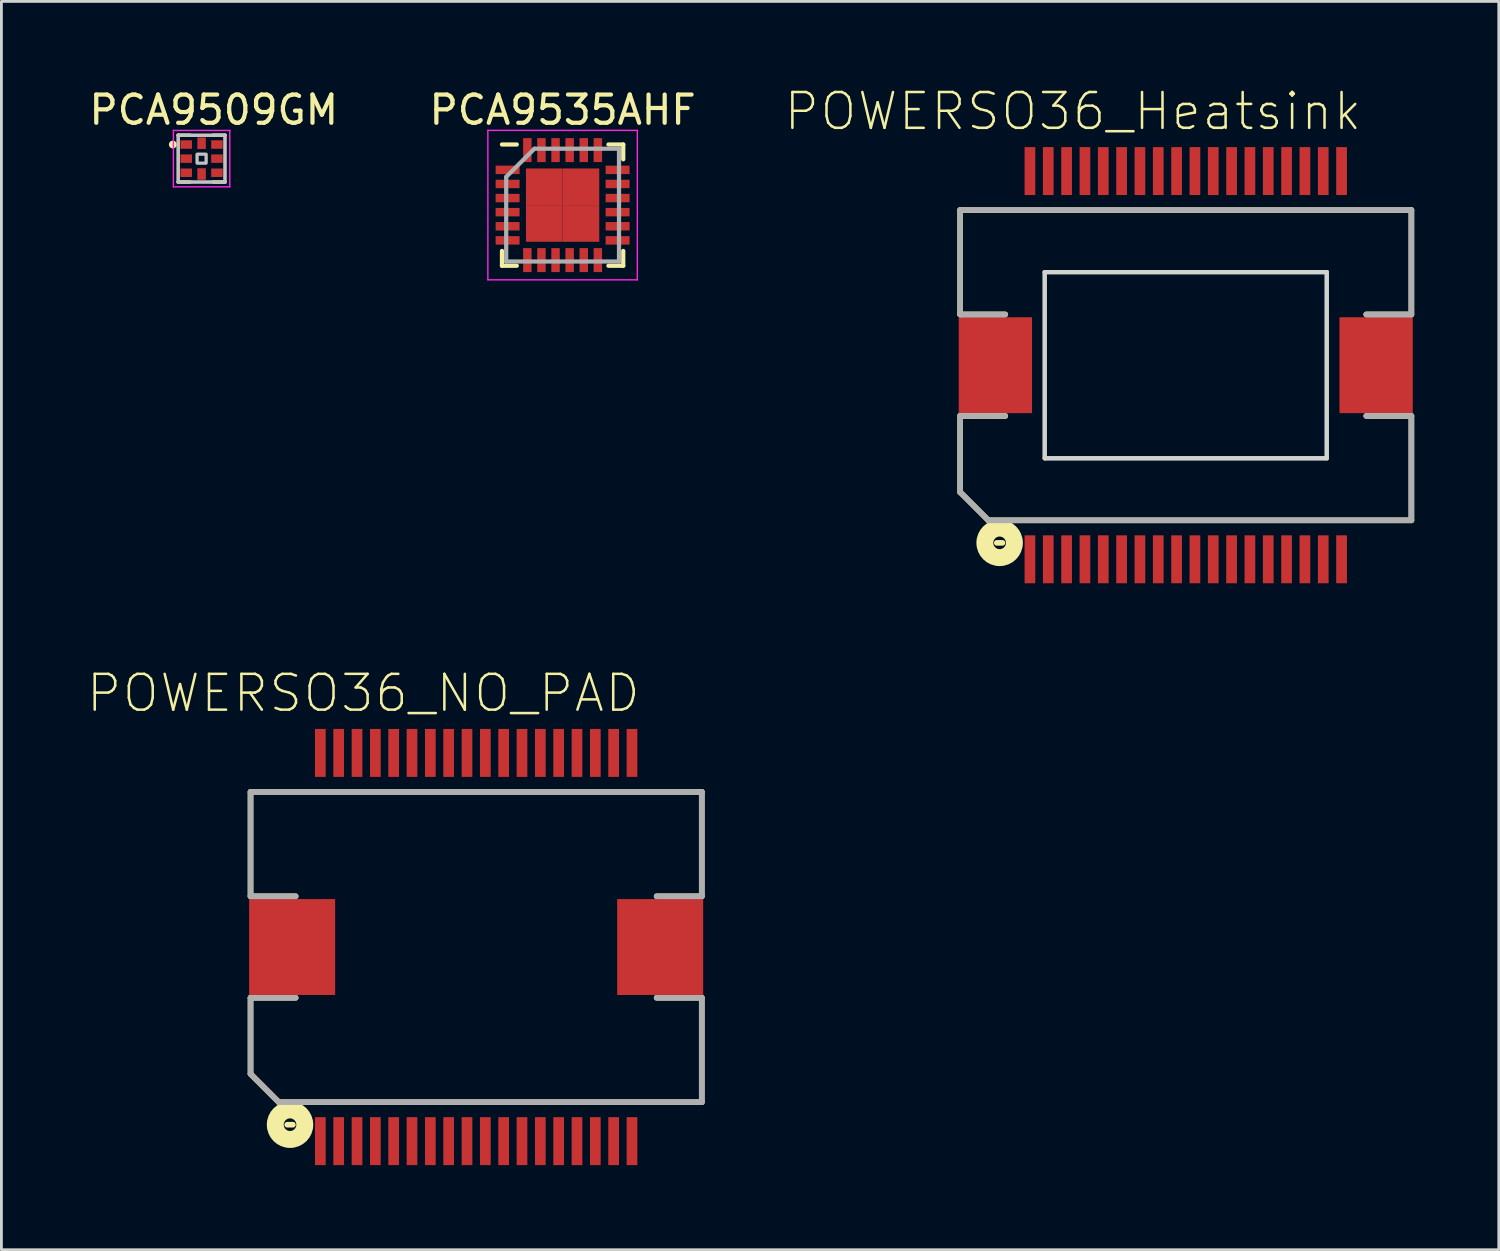
<source format=kicad_pcb>
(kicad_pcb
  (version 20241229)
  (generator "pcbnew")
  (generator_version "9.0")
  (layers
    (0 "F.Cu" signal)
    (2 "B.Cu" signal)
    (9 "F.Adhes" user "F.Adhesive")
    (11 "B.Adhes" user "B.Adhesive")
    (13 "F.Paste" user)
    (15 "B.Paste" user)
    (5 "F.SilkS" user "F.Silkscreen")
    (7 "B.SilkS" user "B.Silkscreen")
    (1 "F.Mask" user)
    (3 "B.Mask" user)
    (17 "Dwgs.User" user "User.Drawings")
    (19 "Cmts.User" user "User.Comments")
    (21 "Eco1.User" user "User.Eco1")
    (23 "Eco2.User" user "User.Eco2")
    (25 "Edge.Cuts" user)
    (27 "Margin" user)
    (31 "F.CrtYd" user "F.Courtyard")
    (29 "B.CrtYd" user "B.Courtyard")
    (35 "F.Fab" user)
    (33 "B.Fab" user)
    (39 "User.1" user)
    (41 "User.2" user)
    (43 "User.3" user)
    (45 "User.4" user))
  (footprint "POWERSO36_Heatsink"
    (layer "F.Cu")
    (at 38.995 9.899)
    (property "Reference" "POWERSO36_Heatsink" (at -4 -9 0) (layer "F.SilkS") (effects (font (size 1.27 1.27) (thickness 0.089))))
    (attr smd)
    (fp_line (start -8 -5.5) (end -8 -1.8) (stroke (width 0.2) (type solid)) (layer "F.SilkS"))
    (fp_line (start -8 -5.5) (end 8 -5.5) (stroke (width 0.2) (type solid)) (layer "F.SilkS"))
    (fp_line (start -8 -1.8) (end -6.4 -1.8) (stroke (width 0.2) (type solid)) (layer "F.SilkS"))
    (fp_line (start -8 1.8) (end -6.4 1.8) (stroke (width 0.2) (type solid)) (layer "F.SilkS"))
    (fp_line (start -8 4.5) (end -8 1.8) (stroke (width 0.2) (type solid)) (layer "F.SilkS"))
    (fp_line (start -8 4.5) (end -7 5.5) (stroke (width 0.2) (type solid)) (layer "F.SilkS"))
    (fp_line (start -7 5.5) (end 8 5.5) (stroke (width 0.2) (type solid)) (layer "F.SilkS"))
    (fp_line (start -6.7 6.3) (end -6.5 6.3) (stroke (width 0.2) (type solid)) (layer "F.SilkS"))
    (fp_line (start 6.4 -1.8) (end 8 -1.8) (stroke (width 0.2) (type solid)) (layer "F.SilkS"))
    (fp_line (start 6.4 1.8) (end 8 1.8) (stroke (width 0.2) (type solid)) (layer "F.SilkS"))
    (fp_line (start 8 -5.5) (end 8 -1.8) (stroke (width 0.2) (type solid)) (layer "F.SilkS"))
    (fp_line (start 8 5.5) (end 8 1.8) (stroke (width 0.2) (type solid)) (layer "F.SilkS"))
    (fp_circle (center -6.6 6.3) (end -6.5 6.5) (stroke (width 0.6) (type solid)) (fill no) (layer "F.SilkS"))
    (fp_line (start -5 3.3) (end -5 -3.3) (stroke (width 0.15) (type solid)) (layer "Edge.Cuts"))
    (fp_line (start 5 -3.3) (end -5 -3.3) (stroke (width 0.15) (type solid)) (layer "Edge.Cuts"))
    (fp_line (start 5 -3.3) (end 5 3.3) (stroke (width 0.15) (type solid)) (layer "Edge.Cuts"))
    (fp_line (start 5 3.3) (end -5 3.3) (stroke (width 0.15) (type solid)) (layer "Edge.Cuts"))
    (fp_line (start -8 -5.5) (end -8 -1.8) (stroke (width 0.2) (type solid)) (layer "F.Fab"))
    (fp_line (start -8 -5.5) (end 8 -5.5) (stroke (width 0.2) (type solid)) (layer "F.Fab"))
    (fp_line (start -8 -1.8) (end -6.4 -1.8) (stroke (width 0.2) (type solid)) (layer "F.Fab"))
    (fp_line (start -8 1.8) (end -6.4 1.8) (stroke (width 0.2) (type solid)) (layer "F.Fab"))
    (fp_line (start -8 4.5) (end -8 1.8) (stroke (width 0.2) (type solid)) (layer "F.Fab"))
    (fp_line (start -8 4.5) (end -7 5.5) (stroke (width 0.2) (type solid)) (layer "F.Fab"))
    (fp_line (start -7 5.5) (end 8 5.5) (stroke (width 0.2) (type solid)) (layer "F.Fab"))
    (fp_line (start -5 3.3) (end -5 -3.3) (stroke (width 0.15) (type solid)) (layer "F.Fab"))
    (fp_line (start 5 -3.3) (end -5 -3.3) (stroke (width 0.15) (type solid)) (layer "F.Fab"))
    (fp_line (start 5 -3.3) (end 5 3.3) (stroke (width 0.15) (type solid)) (layer "F.Fab"))
    (fp_line (start 5 3.3) (end -5 3.3) (stroke (width 0.15) (type solid)) (layer "F.Fab"))
    (fp_line (start 6.4 -1.8) (end 8 -1.8) (stroke (width 0.2) (type solid)) (layer "F.Fab"))
    (fp_line (start 6.4 1.8) (end 8 1.8) (stroke (width 0.2) (type solid)) (layer "F.Fab"))
    (fp_line (start 8 -5.5) (end 8 -1.8) (stroke (width 0.2) (type solid)) (layer "F.Fab"))
    (fp_line (start 8 5.5) (end 8 1.8) (stroke (width 0.2) (type solid)) (layer "F.Fab"))
    (pad "" smd rect (at -6.75 0) (size 2.6 3.4) (layers "F.Cu" "F.Mask" "F.Paste"))
    (pad "" smd rect (at 6.75 0) (size 2.6 3.4) (layers "F.Cu" "F.Mask" "F.Paste"))
    (pad "1" smd rect (at -5.525 6.883) (size 0.38 1.7) (layers "F.Cu" "F.Mask" "F.Paste"))
    (pad "2" smd rect (at -4.875 6.883) (size 0.38 1.7) (layers "F.Cu" "F.Mask" "F.Paste"))
    (pad "3" smd rect (at -4.225 6.883) (size 0.38 1.7) (layers "F.Cu" "F.Mask" "F.Paste"))
    (pad "4" smd rect (at -3.575 6.883) (size 0.38 1.7) (layers "F.Cu" "F.Mask" "F.Paste"))
    (pad "5" smd rect (at -2.925 6.883) (size 0.38 1.7) (layers "F.Cu" "F.Mask" "F.Paste"))
    (pad "6" smd rect (at -2.275 6.883) (size 0.38 1.7) (layers "F.Cu" "F.Mask" "F.Paste"))
    (pad "7" smd rect (at -1.625 6.883) (size 0.38 1.7) (layers "F.Cu" "F.Mask" "F.Paste"))
    (pad "8" smd rect (at -0.975 6.883) (size 0.38 1.7) (layers "F.Cu" "F.Mask" "F.Paste"))
    (pad "9" smd rect (at -0.325 6.883) (size 0.38 1.7) (layers "F.Cu" "F.Mask" "F.Paste"))
    (pad "10" smd rect (at 0.325 6.883) (size 0.38 1.7) (layers "F.Cu" "F.Mask" "F.Paste"))
    (pad "11" smd rect (at 0.975 6.883) (size 0.38 1.7) (layers "F.Cu" "F.Mask" "F.Paste"))
    (pad "12" smd rect (at 1.625 6.883) (size 0.38 1.7) (layers "F.Cu" "F.Mask" "F.Paste"))
    (pad "13" smd rect (at 2.275 6.883) (size 0.38 1.7) (layers "F.Cu" "F.Mask" "F.Paste"))
    (pad "14" smd rect (at 2.925 6.883) (size 0.38 1.7) (layers "F.Cu" "F.Mask" "F.Paste"))
    (pad "15" smd rect (at 3.575 6.883) (size 0.38 1.7) (layers "F.Cu" "F.Mask" "F.Paste"))
    (pad "16" smd rect (at 4.225 6.883) (size 0.38 1.7) (layers "F.Cu" "F.Mask" "F.Paste"))
    (pad "17" smd rect (at 4.875 6.883) (size 0.38 1.7) (layers "F.Cu" "F.Mask" "F.Paste"))
    (pad "18" smd rect (at 5.525 6.883) (size 0.38 1.7) (layers "F.Cu" "F.Mask" "F.Paste"))
    (pad "19" smd rect (at 5.525 -6.883) (size 0.38 1.7) (layers "F.Cu" "F.Mask" "F.Paste"))
    (pad "20" smd rect (at 4.875 -6.883) (size 0.38 1.7) (layers "F.Cu" "F.Mask" "F.Paste"))
    (pad "21" smd rect (at 4.225 -6.883) (size 0.38 1.7) (layers "F.Cu" "F.Mask" "F.Paste"))
    (pad "22" smd rect (at 3.575 -6.883) (size 0.38 1.7) (layers "F.Cu" "F.Mask" "F.Paste"))
    (pad "23" smd rect (at 2.925 -6.883) (size 0.38 1.7) (layers "F.Cu" "F.Mask" "F.Paste"))
    (pad "24" smd rect (at 2.275 -6.883) (size 0.38 1.7) (layers "F.Cu" "F.Mask" "F.Paste"))
    (pad "25" smd rect (at 1.625 -6.883) (size 0.38 1.7) (layers "F.Cu" "F.Mask" "F.Paste"))
    (pad "26" smd rect (at 0.975 -6.883) (size 0.38 1.7) (layers "F.Cu" "F.Mask" "F.Paste"))
    (pad "27" smd rect (at 0.325 -6.883) (size 0.38 1.7) (layers "F.Cu" "F.Mask" "F.Paste"))
    (pad "28" smd rect (at -0.325 -6.883) (size 0.38 1.7) (layers "F.Cu" "F.Mask" "F.Paste"))
    (pad "29" smd rect (at -0.975 -6.883) (size 0.38 1.7) (layers "F.Cu" "F.Mask" "F.Paste"))
    (pad "30" smd rect (at -1.625 -6.883) (size 0.38 1.7) (layers "F.Cu" "F.Mask" "F.Paste"))
    (pad "31" smd rect (at -2.275 -6.883) (size 0.38 1.7) (layers "F.Cu" "F.Mask" "F.Paste"))
    (pad "32" smd rect (at -2.925 -6.883) (size 0.38 1.7) (layers "F.Cu" "F.Mask" "F.Paste"))
    (pad "33" smd rect (at -3.575 -6.883) (size 0.38 1.7) (layers "F.Cu" "F.Mask" "F.Paste"))
    (pad "34" smd rect (at -4.225 -6.883) (size 0.38 1.7) (layers "F.Cu" "F.Mask" "F.Paste"))
    (pad "35" smd rect (at -4.875 -6.883) (size 0.38 1.7) (layers "F.Cu" "F.Mask" "F.Paste"))
    (pad "36" smd rect (at -5.525 -6.883) (size 0.38 1.7) (layers "F.Cu" "F.Mask" "F.Paste")))
  (footprint "POWERSO36_NO_PAD"
    (layer "F.Cu")
    (at 13.834 30.53)
    (property "Reference" "POWERSO36_NO_PAD" (at -4 -9 0) (layer "F.SilkS") (effects (font (size 1.27 1.27) (thickness 0.089))))
    (attr smd)
    (fp_line (start -8 -5.5) (end -8 -1.8) (stroke (width 0.2) (type solid)) (layer "F.SilkS"))
    (fp_line (start -8 -5.5) (end 8 -5.5) (stroke (width 0.2) (type solid)) (layer "F.SilkS"))
    (fp_line (start -8 -1.8) (end -6.4 -1.8) (stroke (width 0.2) (type solid)) (layer "F.SilkS"))
    (fp_line (start -8 1.8) (end -6.4 1.8) (stroke (width 0.2) (type solid)) (layer "F.SilkS"))
    (fp_line (start -8 4.5) (end -8 1.8) (stroke (width 0.2) (type solid)) (layer "F.SilkS"))
    (fp_line (start -8 4.5) (end -7 5.5) (stroke (width 0.2) (type solid)) (layer "F.SilkS"))
    (fp_line (start -7 5.5) (end 8 5.5) (stroke (width 0.2) (type solid)) (layer "F.SilkS"))
    (fp_line (start -6.7 6.3) (end -6.5 6.3) (stroke (width 0.2) (type solid)) (layer "F.SilkS"))
    (fp_line (start 6.4 -1.8) (end 8 -1.8) (stroke (width 0.2) (type solid)) (layer "F.SilkS"))
    (fp_line (start 6.4 1.8) (end 8 1.8) (stroke (width 0.2) (type solid)) (layer "F.SilkS"))
    (fp_line (start 8 -5.5) (end 8 -1.8) (stroke (width 0.2) (type solid)) (layer "F.SilkS"))
    (fp_line (start 8 5.5) (end 8 1.8) (stroke (width 0.2) (type solid)) (layer "F.SilkS"))
    (fp_circle (center -6.6 6.3) (end -6.5 6.5) (stroke (width 0.6) (type solid)) (fill no) (layer "F.SilkS"))
    (fp_line (start -8 -5.5) (end -8 -1.8) (stroke (width 0.2) (type solid)) (layer "F.Fab"))
    (fp_line (start -8 -5.5) (end 8 -5.5) (stroke (width 0.2) (type solid)) (layer "F.Fab"))
    (fp_line (start -8 -1.8) (end -6.4 -1.8) (stroke (width 0.2) (type solid)) (layer "F.Fab"))
    (fp_line (start -8 1.8) (end -6.4 1.8) (stroke (width 0.2) (type solid)) (layer "F.Fab"))
    (fp_line (start -8 4.5) (end -8 1.8) (stroke (width 0.2) (type solid)) (layer "F.Fab"))
    (fp_line (start -8 4.5) (end -7 5.5) (stroke (width 0.2) (type solid)) (layer "F.Fab"))
    (fp_line (start -7 5.5) (end 8 5.5) (stroke (width 0.2) (type solid)) (layer "F.Fab"))
    (fp_line (start 6.4 -1.8) (end 8 -1.8) (stroke (width 0.2) (type solid)) (layer "F.Fab"))
    (fp_line (start 6.4 1.8) (end 8 1.8) (stroke (width 0.2) (type solid)) (layer "F.Fab"))
    (fp_line (start 8 -5.5) (end 8 -1.8) (stroke (width 0.2) (type solid)) (layer "F.Fab"))
    (fp_line (start 8 5.5) (end 8 1.8) (stroke (width 0.2) (type solid)) (layer "F.Fab"))
    (pad "1" smd rect (at -5.525 6.883) (size 0.38 1.7) (layers "F.Cu" "F.Mask" "F.Paste"))
    (pad "2" smd rect (at -4.875 6.883) (size 0.38 1.7) (layers "F.Cu" "F.Mask" "F.Paste"))
    (pad "3" smd rect (at -4.225 6.883) (size 0.38 1.7) (layers "F.Cu" "F.Mask" "F.Paste"))
    (pad "4" smd rect (at -3.575 6.883) (size 0.38 1.7) (layers "F.Cu" "F.Mask" "F.Paste"))
    (pad "5" smd rect (at -2.925 6.883) (size 0.38 1.7) (layers "F.Cu" "F.Mask" "F.Paste"))
    (pad "6" smd rect (at -2.275 6.883) (size 0.38 1.7) (layers "F.Cu" "F.Mask" "F.Paste"))
    (pad "7" smd rect (at -1.625 6.883) (size 0.38 1.7) (layers "F.Cu" "F.Mask" "F.Paste"))
    (pad "8" smd rect (at -0.975 6.883) (size 0.38 1.7) (layers "F.Cu" "F.Mask" "F.Paste"))
    (pad "9" smd rect (at -0.325 6.883) (size 0.38 1.7) (layers "F.Cu" "F.Mask" "F.Paste"))
    (pad "10" smd rect (at 0.325 6.883) (size 0.38 1.7) (layers "F.Cu" "F.Mask" "F.Paste"))
    (pad "11" smd rect (at 0.975 6.883) (size 0.38 1.7) (layers "F.Cu" "F.Mask" "F.Paste"))
    (pad "12" smd rect (at 1.625 6.883) (size 0.38 1.7) (layers "F.Cu" "F.Mask" "F.Paste"))
    (pad "13" smd rect (at 2.275 6.883) (size 0.38 1.7) (layers "F.Cu" "F.Mask" "F.Paste"))
    (pad "14" smd rect (at 2.925 6.883) (size 0.38 1.7) (layers "F.Cu" "F.Mask" "F.Paste"))
    (pad "15" smd rect (at 3.575 6.883) (size 0.38 1.7) (layers "F.Cu" "F.Mask" "F.Paste"))
    (pad "16" smd rect (at 4.225 6.883) (size 0.38 1.7) (layers "F.Cu" "F.Mask" "F.Paste"))
    (pad "17" smd rect (at 4.875 6.883) (size 0.38 1.7) (layers "F.Cu" "F.Mask" "F.Paste"))
    (pad "18" smd rect (at 5.525 6.883) (size 0.38 1.7) (layers "F.Cu" "F.Mask" "F.Paste"))
    (pad "19" smd rect (at 5.525 -6.883) (size 0.38 1.7) (layers "F.Cu" "F.Mask" "F.Paste"))
    (pad "20" smd rect (at 4.875 -6.883) (size 0.38 1.7) (layers "F.Cu" "F.Mask" "F.Paste"))
    (pad "21" smd rect (at 4.225 -6.883) (size 0.38 1.7) (layers "F.Cu" "F.Mask" "F.Paste"))
    (pad "22" smd rect (at 3.575 -6.883) (size 0.38 1.7) (layers "F.Cu" "F.Mask" "F.Paste"))
    (pad "23" smd rect (at 2.925 -6.883) (size 0.38 1.7) (layers "F.Cu" "F.Mask" "F.Paste"))
    (pad "24" smd rect (at 2.275 -6.883) (size 0.38 1.7) (layers "F.Cu" "F.Mask" "F.Paste"))
    (pad "25" smd rect (at 1.625 -6.883) (size 0.38 1.7) (layers "F.Cu" "F.Mask" "F.Paste"))
    (pad "26" smd rect (at 0.975 -6.883) (size 0.38 1.7) (layers "F.Cu" "F.Mask" "F.Paste"))
    (pad "27" smd rect (at 0.325 -6.883) (size 0.38 1.7) (layers "F.Cu" "F.Mask" "F.Paste"))
    (pad "28" smd rect (at -0.325 -6.883) (size 0.38 1.7) (layers "F.Cu" "F.Mask" "F.Paste"))
    (pad "29" smd rect (at -0.975 -6.883) (size 0.38 1.7) (layers "F.Cu" "F.Mask" "F.Paste"))
    (pad "30" smd rect (at -1.625 -6.883) (size 0.38 1.7) (layers "F.Cu" "F.Mask" "F.Paste"))
    (pad "31" smd rect (at -2.275 -6.883) (size 0.38 1.7) (layers "F.Cu" "F.Mask" "F.Paste"))
    (pad "32" smd rect (at -2.925 -6.883) (size 0.38 1.7) (layers "F.Cu" "F.Mask" "F.Paste"))
    (pad "33" smd rect (at -3.575 -6.883) (size 0.38 1.7) (layers "F.Cu" "F.Mask" "F.Paste"))
    (pad "34" smd rect (at -4.225 -6.883) (size 0.38 1.7) (layers "F.Cu" "F.Mask" "F.Paste"))
    (pad "35" smd rect (at -4.875 -6.883) (size 0.38 1.7) (layers "F.Cu" "F.Mask" "F.Paste"))
    (pad "36" smd rect (at -5.525 -6.883) (size 0.38 1.7) (layers "F.Cu" "F.Mask" "F.Paste"))
    (pad "37" smd rect (at -6.525 0) (size 3.05 3.4) (layers "F.Cu" "F.Mask" "F.Paste"))
    (pad "37" smd rect (at 6.525 0) (size 3.05 3.4) (layers "F.Cu" "F.Mask" "F.Paste")))
  (footprint "PCA9509GM"
    (layer "F.Cu")
    (at 4.098 2.575)
    (property "Reference" "PCA9509GM" (at 0.432 -1.727 0) (layer "F.SilkS") (effects (font (size 1 1) (thickness 0.15))))
    (attr smd)
    (fp_line (start -0.83 -0.83) (end -0.415 -0.83) (stroke (width 0.127) (type solid)) (layer "F.SilkS"))
    (fp_line (start -0.415 0.83) (end -0.83 0.83) (stroke (width 0.127) (type solid)) (layer "F.SilkS"))
    (fp_line (start 0.415 -0.83) (end 0.83 -0.83) (stroke (width 0.127) (type solid)) (layer "F.SilkS"))
    (fp_line (start 0.415 0.83) (end 0.83 0.83) (stroke (width 0.127) (type solid)) (layer "F.SilkS"))
    (fp_circle (center -1.019 -0.5) (end -0.949 -0.5) (stroke (width 0.14) (type solid)) (fill no) (layer "F.SilkS"))
    (fp_line (start -0.83 -0.83) (end -0.83 0.83) (stroke (width 0.127) (type solid)) (layer "Dwgs.User"))
    (fp_line (start -0.83 -0.83) (end 0.83 -0.83) (stroke (width 0.127) (type solid)) (layer "Dwgs.User"))
    (fp_line (start -0.83 0.83) (end 0.83 0.83) (stroke (width 0.127) (type solid)) (layer "Dwgs.User"))
    (fp_line (start 0.83 -0.83) (end 0.83 0.83) (stroke (width 0.127) (type solid)) (layer "Dwgs.User"))
    (fp_poly (pts (xy -0.16 -0.16) (xy 0.16 -0.16) (xy 0.16 0.16) (xy -0.16 0.16)) (stroke (width 0.1) (type solid)) (fill no) (layer "Dwgs.User"))
    (fp_poly (pts (xy -0.16 -0.16) (xy 0.16 -0.16) (xy 0.16 0.16) (xy -0.16 0.16)) (stroke (width 0.1) (type solid)) (fill no) (layer "Dwgs.User"))
    (fp_line (start -1 -1) (end 1 -1) (stroke (width 0.05) (type solid)) (layer "F.CrtYd"))
    (fp_line (start -1 1) (end -1 -1) (stroke (width 0.05) (type solid)) (layer "F.CrtYd"))
    (fp_line (start 1 -1) (end 1 1) (stroke (width 0.05) (type solid)) (layer "F.CrtYd"))
    (fp_line (start 1 1) (end -1 1) (stroke (width 0.05) (type solid)) (layer "F.CrtYd"))
    (pad "1" smd rect (at -0.545 -0.5) (size 0.41 0.3) (layers "F.Cu" "F.Mask" "F.Paste"))
    (pad "2" smd rect (at -0.545 0) (size 0.41 0.3) (layers "F.Cu" "F.Mask" "F.Paste"))
    (pad "3" smd rect (at -0.545 0.5) (size 0.41 0.3) (layers "F.Cu" "F.Mask" "F.Paste"))
    (pad "4" smd rect (at 0 0.545 90) (size 0.41 0.3) (layers "F.Cu" "F.Mask" "F.Paste"))
    (pad "5" smd rect (at 0.545 0.5 180) (size 0.41 0.3) (layers "F.Cu" "F.Mask" "F.Paste"))
    (pad "6" smd rect (at 0.545 0 180) (size 0.41 0.3) (layers "F.Cu" "F.Mask" "F.Paste"))
    (pad "7" smd rect (at 0.545 -0.5 180) (size 0.41 0.3) (layers "F.Cu" "F.Mask" "F.Paste"))
    (pad "8" smd rect (at 0 -0.545 270) (size 0.41 0.3) (layers "F.Cu" "F.Mask" "F.Paste")))
  (footprint "PCA9535AHF"
    (layer "F.Cu")
    (at 16.899 4.223)
    (property "Reference" "PCA9535AHF" (at 0 -3.375 0) (layer "F.SilkS") (effects (font (size 1 1) (thickness 0.15))))
    (attr smd)
    (fp_line (start -2.15 -2.15) (end -1.625 -2.15) (stroke (width 0.15) (type solid)) (layer "F.SilkS"))
    (fp_line (start -2.15 2.15) (end -2.15 1.625) (stroke (width 0.15) (type solid)) (layer "F.SilkS"))
    (fp_line (start -2.15 2.15) (end -1.625 2.15) (stroke (width 0.15) (type solid)) (layer "F.SilkS"))
    (fp_line (start 2.15 -2.15) (end 1.625 -2.15) (stroke (width 0.15) (type solid)) (layer "F.SilkS"))
    (fp_line (start 2.15 -2.15) (end 2.15 -1.625) (stroke (width 0.15) (type solid)) (layer "F.SilkS"))
    (fp_line (start 2.15 2.15) (end 1.625 2.15) (stroke (width 0.15) (type solid)) (layer "F.SilkS"))
    (fp_line (start 2.15 2.15) (end 2.15 1.625) (stroke (width 0.15) (type solid)) (layer "F.SilkS"))
    (fp_line (start -2.65 -2.65) (end -2.65 2.65) (stroke (width 0.05) (type solid)) (layer "F.CrtYd"))
    (fp_line (start -2.65 -2.65) (end 2.65 -2.65) (stroke (width 0.05) (type solid)) (layer "F.CrtYd"))
    (fp_line (start -2.65 2.65) (end 2.65 2.65) (stroke (width 0.05) (type solid)) (layer "F.CrtYd"))
    (fp_line (start 2.65 -2.65) (end 2.65 2.65) (stroke (width 0.05) (type solid)) (layer "F.CrtYd"))
    (fp_line (start -2 -1) (end -1 -2) (stroke (width 0.15) (type solid)) (layer "F.Fab"))
    (fp_line (start -2 2) (end -2 -1) (stroke (width 0.15) (type solid)) (layer "F.Fab"))
    (fp_line (start -1 -2) (end 2 -2) (stroke (width 0.15) (type solid)) (layer "F.Fab"))
    (fp_line (start 2 -2) (end 2 2) (stroke (width 0.15) (type solid)) (layer "F.Fab"))
    (fp_line (start 2 2) (end -2 2) (stroke (width 0.15) (type solid)) (layer "F.Fab"))
    (pad "1" smd rect (at -1.95 -1.25) (size 0.85 0.3) (layers "F.Cu" "F.Mask" "F.Paste"))
    (pad "2" smd rect (at -1.95 -0.75) (size 0.85 0.3) (layers "F.Cu" "F.Mask" "F.Paste"))
    (pad "3" smd rect (at -1.95 -0.25) (size 0.85 0.3) (layers "F.Cu" "F.Mask" "F.Paste"))
    (pad "4" smd rect (at -1.95 0.25) (size 0.85 0.3) (layers "F.Cu" "F.Mask" "F.Paste"))
    (pad "5" smd rect (at -1.95 0.75) (size 0.85 0.3) (layers "F.Cu" "F.Mask" "F.Paste"))
    (pad "6" smd rect (at -1.95 1.25) (size 0.85 0.3) (layers "F.Cu" "F.Mask" "F.Paste"))
    (pad "7" smd rect (at -1.25 1.95 90) (size 0.85 0.3) (layers "F.Cu" "F.Mask" "F.Paste"))
    (pad "8" smd rect (at -0.75 1.95 90) (size 0.85 0.3) (layers "F.Cu" "F.Mask" "F.Paste"))
    (pad "9" smd rect (at -0.25 1.95 90) (size 0.85 0.3) (layers "F.Cu" "F.Mask" "F.Paste"))
    (pad "10" smd rect (at 0.25 1.95 90) (size 0.85 0.3) (layers "F.Cu" "F.Mask" "F.Paste"))
    (pad "11" smd rect (at 0.75 1.95 90) (size 0.85 0.3) (layers "F.Cu" "F.Mask" "F.Paste"))
    (pad "12" smd rect (at 1.25 1.95 90) (size 0.85 0.3) (layers "F.Cu" "F.Mask" "F.Paste"))
    (pad "13" smd rect (at 1.95 1.25) (size 0.85 0.3) (layers "F.Cu" "F.Mask" "F.Paste"))
    (pad "14" smd rect (at 1.95 0.75) (size 0.85 0.3) (layers "F.Cu" "F.Mask" "F.Paste"))
    (pad "15" smd rect (at 1.95 0.25) (size 0.85 0.3) (layers "F.Cu" "F.Mask" "F.Paste"))
    (pad "16" smd rect (at 1.95 -0.25) (size 0.85 0.3) (layers "F.Cu" "F.Mask" "F.Paste"))
    (pad "17" smd rect (at 1.95 -0.75) (size 0.85 0.3) (layers "F.Cu" "F.Mask" "F.Paste"))
    (pad "18" smd rect (at 1.95 -1.25) (size 0.85 0.3) (layers "F.Cu" "F.Mask" "F.Paste"))
    (pad "19" smd rect (at 1.25 -1.95 90) (size 0.85 0.3) (layers "F.Cu" "F.Mask" "F.Paste"))
    (pad "20" smd rect (at 0.75 -1.95 90) (size 0.85 0.3) (layers "F.Cu" "F.Mask" "F.Paste"))
    (pad "21" smd rect (at 0.25 -1.95 90) (size 0.85 0.3) (layers "F.Cu" "F.Mask" "F.Paste"))
    (pad "22" smd rect (at -0.25 -1.95 90) (size 0.85 0.3) (layers "F.Cu" "F.Mask" "F.Paste"))
    (pad "23" smd rect (at -0.75 -1.95 90) (size 0.85 0.3) (layers "F.Cu" "F.Mask" "F.Paste"))
    (pad "24" smd rect (at -1.25 -1.95 90) (size 0.85 0.3) (layers "F.Cu" "F.Mask" "F.Paste"))
    (pad "25" smd rect (at -0.65 -0.65) (size 1.3 1.3) (layers "F.Cu" "F.Mask" "F.Paste"))
    (pad "25" smd rect (at -0.65 0.65) (size 1.3 1.3) (layers "F.Cu" "F.Mask" "F.Paste"))
    (pad "25" smd rect (at 0.65 -0.65) (size 1.3 1.3) (layers "F.Cu" "F.Mask" "F.Paste"))
    (pad "25" smd rect (at 0.65 0.65) (size 1.3 1.3) (layers "F.Cu" "F.Mask" "F.Paste")))
  (gr_rect
    (start -3 -3)
    (end 50.095 41.263)
    (stroke (width 0.1) (type default))
    (fill no)
    (layer "Edge.Cuts")))
</source>
